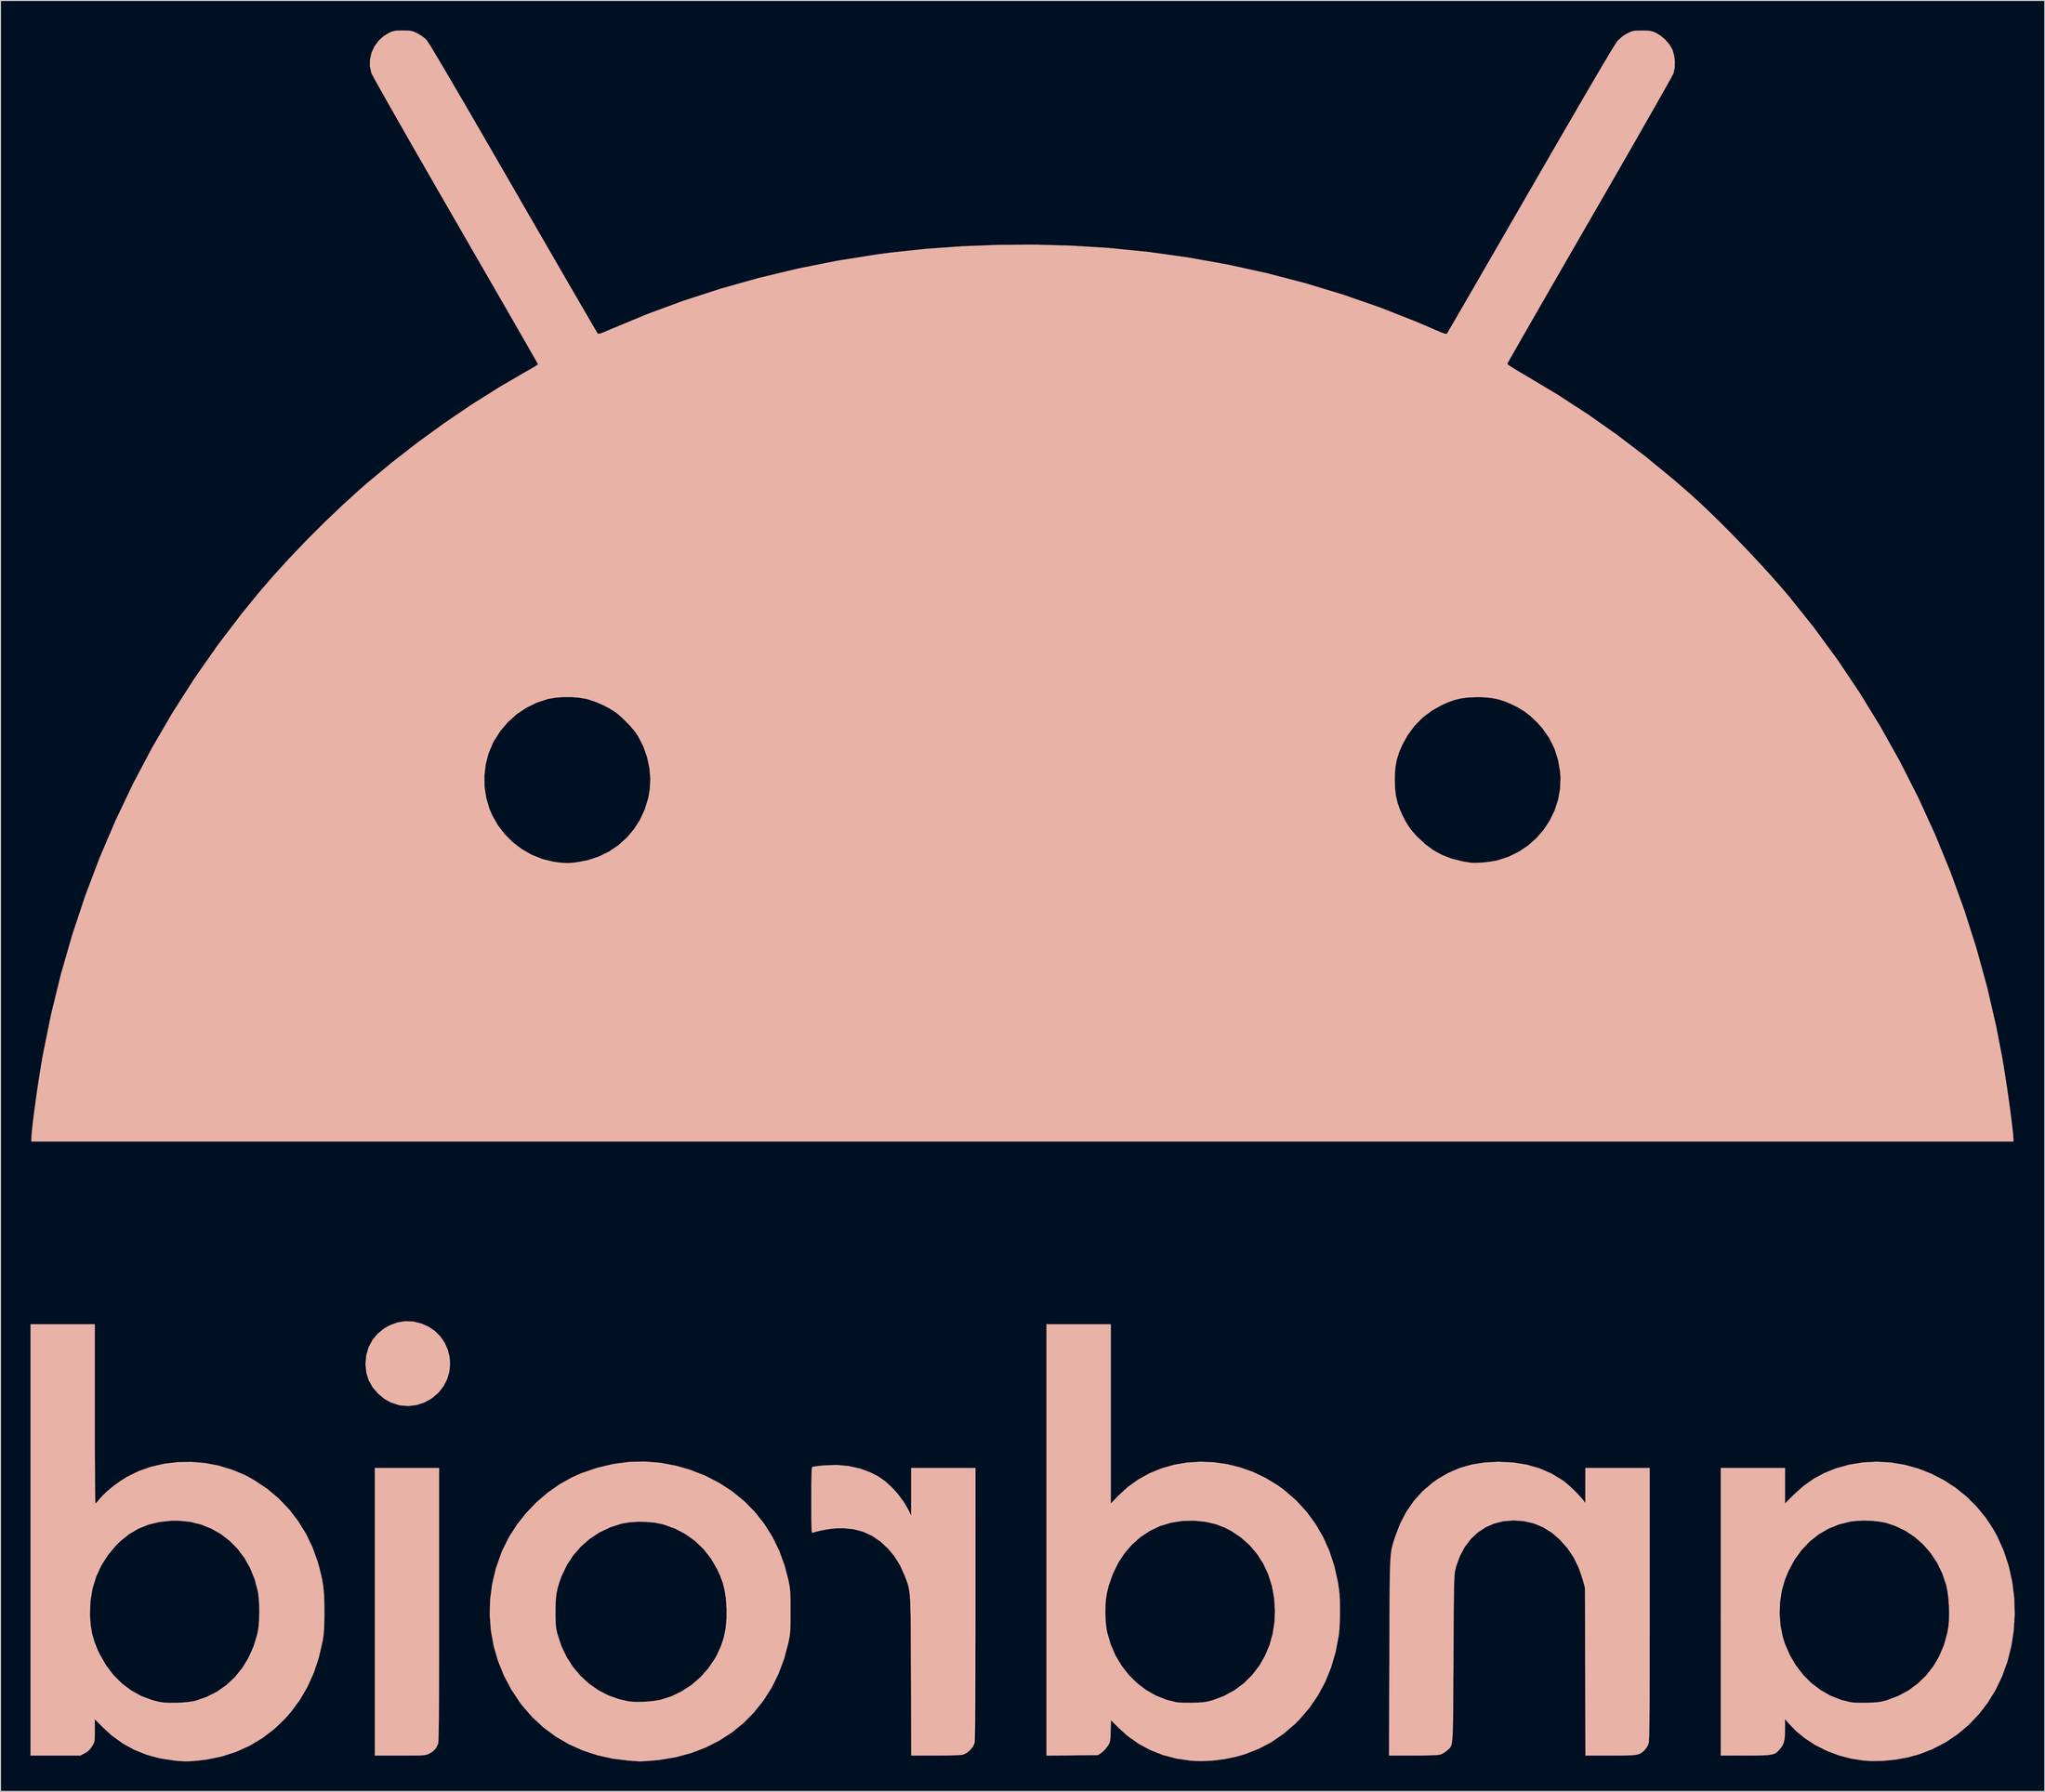
<source format=kicad_pcb>
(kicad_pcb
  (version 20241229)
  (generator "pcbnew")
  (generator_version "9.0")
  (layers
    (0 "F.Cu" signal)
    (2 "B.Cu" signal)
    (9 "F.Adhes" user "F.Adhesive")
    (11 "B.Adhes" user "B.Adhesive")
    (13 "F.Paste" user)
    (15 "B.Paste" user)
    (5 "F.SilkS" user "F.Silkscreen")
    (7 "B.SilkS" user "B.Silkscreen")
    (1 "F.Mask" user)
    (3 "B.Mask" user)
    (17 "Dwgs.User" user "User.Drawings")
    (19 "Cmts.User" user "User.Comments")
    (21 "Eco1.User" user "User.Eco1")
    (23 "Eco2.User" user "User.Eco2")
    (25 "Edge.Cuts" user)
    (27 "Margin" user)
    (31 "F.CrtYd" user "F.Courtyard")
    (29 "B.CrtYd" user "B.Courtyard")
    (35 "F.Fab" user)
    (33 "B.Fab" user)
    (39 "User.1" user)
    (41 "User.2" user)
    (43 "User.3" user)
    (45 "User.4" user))
  (footprint "android_17x20_B"
    (layer "F.Cu")
    (at 99.319 86.746)
    (property "Reference" "android_17x20_B" (at 0 0 0) (layer "B.SilkS") (effects (font (size 1.524 1.524) (thickness 0.3))))
    (attr through_hole)
    (fp_poly (pts (xy -58.42 70.811) (xy -58.42 72.716) (xy -58.421 74.456) (xy -58.423 76.039) (xy -58.425 77.469) (xy -58.429 78.752) (xy -58.433 79.894) (xy -58.438 80.9) (xy -58.444 81.776) (xy -58.45 82.528) (xy -58.458 83.16) (xy -58.467 83.679) (xy -58.477 84.091) (xy -58.488 84.4) (xy -58.5 84.613) (xy -58.513 84.734) (xy -58.519 84.76) (xy -58.736 85.198) (xy -59.06 85.529) (xy -59.384 85.726) (xy -59.508 85.786) (xy -59.625 85.833) (xy -59.755 85.869) (xy -59.919 85.896) (xy -60.14 85.915) (xy -60.436 85.926) (xy -60.83 85.933) (xy -61.342 85.936) (xy -61.993 85.937) (xy -62.331 85.937) (xy -64.855 85.937) (xy -64.855 57.15) (xy -58.42 57.15) (xy -58.42 70.811)) (stroke (width 0.01) (type solid)) (fill yes) (layer "B.SilkS"))
    (fp_poly (pts (xy -61.009 42.497) (xy -60.224 42.683) (xy -59.476 43.006) (xy -58.831 43.447) (xy -58.295 43.987) (xy -57.871 44.607) (xy -57.565 45.287) (xy -57.38 46.009) (xy -57.322 46.753) (xy -57.396 47.501) (xy -57.605 48.232) (xy -57.955 48.928) (xy -58.449 49.57) (xy -58.544 49.668) (xy -59.188 50.203) (xy -59.906 50.599) (xy -60.675 50.849) (xy -61.471 50.947) (xy -62.274 50.886) (xy -62.507 50.837) (xy -63.247 50.594) (xy -63.891 50.239) (xy -64.487 49.743) (xy -64.525 49.705) (xy -65.071 49.067) (xy -65.457 48.39) (xy -65.692 47.654) (xy -65.784 46.838) (xy -65.786 46.687) (xy -65.706 45.843) (xy -65.471 45.057) (xy -65.091 44.343) (xy -64.576 43.717) (xy -63.936 43.194) (xy -63.373 42.875) (xy -62.591 42.584) (xy -61.808 42.458) (xy -61.009 42.497)) (stroke (width 0.01) (type solid)) (fill yes) (layer "B.SilkS"))
    (fp_poly (pts (xy -17.432 56.954) (xy -16.277 57.213) (xy -15.19 57.62) (xy -14.448 58.008) (xy -13.785 58.474) (xy -13.126 59.069) (xy -12.503 59.756) (xy -11.95 60.496) (xy -11.499 61.254) (xy -11.394 61.47) (xy -11.178 61.934) (xy -11.177 59.542) (xy -11.176 57.15) (xy -4.741 57.15) (xy -4.742 70.76) (xy -4.742 72.724) (xy -4.744 74.522) (xy -4.746 76.16) (xy -4.749 77.64) (xy -4.753 78.967) (xy -4.757 80.145) (xy -4.763 81.178) (xy -4.77 82.07) (xy -4.778 82.826) (xy -4.787 83.449) (xy -4.797 83.943) (xy -4.808 84.313) (xy -4.82 84.562) (xy -4.833 84.695) (xy -4.836 84.709) (xy -5 85.05) (xy -5.275 85.386) (xy -5.609 85.666) (xy -5.952 85.837) (xy -5.969 85.842) (xy -6.169 85.872) (xy -6.525 85.897) (xy -7.024 85.916) (xy -7.653 85.929) (xy -8.399 85.936) (xy -8.739 85.936) (xy -11.17 85.937) (xy -11.199 77.957) (xy -11.203 76.579) (xy -11.208 75.359) (xy -11.212 74.286) (xy -11.218 73.347) (xy -11.225 72.533) (xy -11.235 71.831) (xy -11.248 71.23) (xy -11.264 70.718) (xy -11.285 70.285) (xy -11.311 69.918) (xy -11.343 69.607) (xy -11.381 69.339) (xy -11.427 69.104) (xy -11.48 68.891) (xy -11.542 68.687) (xy -11.613 68.482) (xy -11.694 68.263) (xy -11.786 68.02) (xy -11.802 67.977) (xy -12.277 66.915) (xy -12.865 65.971) (xy -13.462 65.25) (xy -14.246 64.519) (xy -15.081 63.949) (xy -15.973 63.536) (xy -16.93 63.28) (xy -17.957 63.176) (xy -18.653 63.189) (xy -19.152 63.236) (xy -19.696 63.315) (xy -20.229 63.416) (xy -20.698 63.528) (xy -21.018 63.63) (xy -21.056 63.636) (xy -21.087 63.614) (xy -21.111 63.546) (xy -21.13 63.419) (xy -21.144 63.216) (xy -21.154 62.923) (xy -21.16 62.525) (xy -21.164 62.005) (xy -21.166 61.35) (xy -21.167 60.543) (xy -21.167 60.385) (xy -21.166 59.532) (xy -21.163 58.833) (xy -21.158 58.274) (xy -21.149 57.841) (xy -21.137 57.518) (xy -21.121 57.29) (xy -21.1 57.144) (xy -21.074 57.064) (xy -21.048 57.038) (xy -20.92 57.012) (xy -20.662 56.976) (xy -20.311 56.935) (xy -19.907 56.894) (xy -18.646 56.847) (xy -17.432 56.954)) (stroke (width 0.01) (type solid)) (fill yes) (layer "B.SilkS"))
    (fp_poly (pts (xy 8.805 60.715) (xy 9.521 59.963) (xy 10.485 59.069) (xy 11.542 58.308) (xy 12.677 57.681) (xy 13.877 57.189) (xy 15.131 56.832) (xy 16.425 56.61) (xy 17.745 56.524) (xy 19.08 56.575) (xy 20.415 56.762) (xy 21.739 57.086) (xy 23.039 57.548) (xy 24.3 58.148) (xy 25.511 58.887) (xy 26.204 59.394) (xy 27.361 60.402) (xy 28.39 61.521) (xy 29.29 62.744) (xy 30.058 64.067) (xy 30.69 65.484) (xy 31.184 66.99) (xy 31.536 68.579) (xy 31.661 69.424) (xy 31.707 69.939) (xy 31.735 70.573) (xy 31.745 71.28) (xy 31.74 72.011) (xy 31.717 72.719) (xy 31.679 73.356) (xy 31.626 73.875) (xy 31.623 73.897) (xy 31.312 75.545) (xy 30.861 77.097) (xy 30.27 78.555) (xy 29.539 79.917) (xy 28.668 81.184) (xy 27.657 82.355) (xy 27.251 82.762) (xy 26.112 83.746) (xy 24.901 84.578) (xy 23.613 85.26) (xy 22.243 85.795) (xy 21.378 86.046) (xy 20.187 86.295) (xy 18.963 86.446) (xy 17.761 86.494) (xy 16.754 86.445) (xy 15.332 86.231) (xy 13.982 85.87) (xy 12.71 85.364) (xy 11.525 84.716) (xy 10.432 83.931) (xy 9.597 83.173) (xy 8.822 82.393) (xy 8.793 83.473) (xy 8.778 83.925) (xy 8.759 84.246) (xy 8.727 84.475) (xy 8.676 84.652) (xy 8.598 84.814) (xy 8.507 84.967) (xy 8.287 85.259) (xy 8.018 85.532) (xy 7.886 85.638) (xy 7.521 85.894) (xy 4.946 85.919) (xy 2.371 85.944) (xy 2.371 71.816) (xy 8.26 71.816) (xy 8.299 72.585) (xy 8.382 73.286) (xy 8.449 73.634) (xy 8.797 74.816) (xy 9.279 75.922) (xy 9.884 76.941) (xy 10.601 77.863) (xy 11.42 78.676) (xy 12.329 79.37) (xy 13.317 79.932) (xy 14.374 80.354) (xy 15.381 80.604) (xy 15.616 80.629) (xy 15.977 80.646) (xy 16.418 80.655) (xy 16.894 80.653) (xy 17.018 80.651) (xy 17.556 80.634) (xy 17.973 80.607) (xy 18.317 80.564) (xy 18.637 80.498) (xy 18.979 80.404) (xy 18.99 80.401) (xy 20.124 79.976) (xy 21.168 79.409) (xy 22.114 78.708) (xy 22.953 77.88) (xy 23.677 76.932) (xy 24.253 75.924) (xy 24.702 74.847) (xy 25.011 73.733) (xy 25.185 72.554) (xy 25.23 71.474) (xy 25.155 70.191) (xy 24.933 68.968) (xy 24.571 67.816) (xy 24.076 66.744) (xy 23.452 65.763) (xy 22.705 64.882) (xy 21.843 64.111) (xy 20.87 63.46) (xy 20.204 63.116) (xy 19.303 62.774) (xy 18.324 62.548) (xy 17.239 62.432) (xy 17.145 62.427) (xy 15.954 62.451) (xy 14.816 62.631) (xy 13.74 62.96) (xy 12.734 63.433) (xy 11.804 64.042) (xy 10.961 64.78) (xy 10.212 65.641) (xy 9.564 66.618) (xy 9.027 67.705) (xy 8.608 68.894) (xy 8.41 69.681) (xy 8.315 70.306) (xy 8.265 71.038) (xy 8.26 71.816) (xy 2.371 71.816) (xy 2.371 42.757) (xy 8.805 42.757) (xy 8.805 60.715)) (stroke (width 0.01) (type solid)) (fill yes) (layer "B.SilkS"))
    (fp_poly (pts (xy 86.884 56.605) (xy 88.258 56.834) (xy 89.602 57.205) (xy 90.904 57.713) (xy 92.153 58.353) (xy 93.336 59.119) (xy 94.441 60.008) (xy 95.457 61.013) (xy 96.372 62.131) (xy 97.174 63.356) (xy 97.527 64.003) (xy 98.173 65.45) (xy 98.672 66.97) (xy 99.023 68.547) (xy 99.225 70.165) (xy 99.274 71.807) (xy 99.169 73.458) (xy 98.929 74.994) (xy 98.54 76.536) (xy 98.013 77.996) (xy 97.355 79.368) (xy 96.573 80.643) (xy 95.672 81.813) (xy 94.66 82.872) (xy 93.544 83.811) (xy 92.329 84.624) (xy 91.022 85.301) (xy 89.696 85.814) (xy 88.58 86.119) (xy 87.38 86.336) (xy 86.153 86.461) (xy 84.956 86.485) (xy 84.174 86.44) (xy 82.911 86.249) (xy 81.669 85.92) (xy 80.471 85.466) (xy 79.339 84.898) (xy 78.296 84.227) (xy 77.364 83.463) (xy 76.628 82.693) (xy 76.285 82.286) (xy 76.285 83.276) (xy 76.274 83.85) (xy 76.235 84.291) (xy 76.16 84.636) (xy 76.039 84.921) (xy 75.863 85.182) (xy 75.789 85.271) (xy 75.631 85.449) (xy 75.482 85.592) (xy 75.319 85.703) (xy 75.125 85.787) (xy 74.878 85.848) (xy 74.558 85.889) (xy 74.145 85.915) (xy 73.619 85.928) (xy 72.96 85.934) (xy 72.326 85.935) (xy 69.85 85.937) (xy 69.85 71.739) (xy 75.745 71.739) (xy 75.83 72.895) (xy 76.043 74.005) (xy 76.257 74.702) (xy 76.75 75.853) (xy 77.365 76.905) (xy 78.09 77.849) (xy 78.916 78.676) (xy 79.832 79.376) (xy 80.827 79.942) (xy 81.892 80.363) (xy 82.874 80.606) (xy 83.105 80.63) (xy 83.46 80.647) (xy 83.897 80.655) (xy 84.371 80.653) (xy 84.497 80.651) (xy 85.034 80.634) (xy 85.449 80.608) (xy 85.792 80.565) (xy 86.111 80.499) (xy 86.455 80.405) (xy 86.482 80.397) (xy 87.608 79.975) (xy 88.644 79.414) (xy 89.583 78.724) (xy 90.415 77.915) (xy 91.133 76.995) (xy 91.729 75.975) (xy 92.195 74.865) (xy 92.523 73.673) (xy 92.63 73.072) (xy 92.691 72.436) (xy 92.71 71.703) (xy 92.689 70.926) (xy 92.631 70.158) (xy 92.539 69.452) (xy 92.418 68.876) (xy 92.029 67.716) (xy 91.507 66.641) (xy 90.861 65.664) (xy 90.103 64.793) (xy 89.241 64.039) (xy 88.287 63.412) (xy 87.249 62.924) (xy 86.384 62.644) (xy 85.749 62.519) (xy 85.012 62.442) (xy 84.237 62.414) (xy 83.485 62.439) (xy 82.83 62.516) (xy 81.689 62.798) (xy 80.624 63.228) (xy 79.641 63.802) (xy 78.745 64.514) (xy 77.945 65.357) (xy 77.245 66.327) (xy 76.652 67.417) (xy 76.256 68.384) (xy 75.958 69.445) (xy 75.788 70.576) (xy 75.745 71.739) (xy 69.85 71.739) (xy 69.85 57.15) (xy 76.285 57.15) (xy 76.285 60.696) (xy 77.153 59.833) (xy 78.122 58.962) (xy 79.134 58.242) (xy 80.217 57.655) (xy 81.325 57.208) (xy 82.7 56.82) (xy 84.093 56.593) (xy 85.491 56.523) (xy 86.884 56.605)) (stroke (width 0.01) (type solid)) (fill yes) (layer "B.SilkS"))
    (fp_poly (pts (xy -36.224 56.639) (xy -34.648 56.941) (xy -33.325 57.324) (xy -31.807 57.915) (xy -30.394 58.638) (xy -29.091 59.486) (xy -27.902 60.454) (xy -26.832 61.537) (xy -25.886 62.73) (xy -25.069 64.027) (xy -24.386 65.422) (xy -23.841 66.911) (xy -23.474 68.321) (xy -23.402 68.665) (xy -23.348 68.966) (xy -23.308 69.253) (xy -23.28 69.557) (xy -23.262 69.911) (xy -23.252 70.344) (xy -23.248 70.887) (xy -23.247 71.501) (xy -23.248 72.171) (xy -23.253 72.703) (xy -23.263 73.127) (xy -23.282 73.475) (xy -23.311 73.777) (xy -23.352 74.063) (xy -23.408 74.367) (xy -23.474 74.681) (xy -23.893 76.263) (xy -24.45 77.751) (xy -25.141 79.142) (xy -25.958 80.428) (xy -26.895 81.606) (xy -27.947 82.67) (xy -29.108 83.615) (xy -30.371 84.435) (xy -31.731 85.126) (xy -33.181 85.682) (xy -34.716 86.098) (xy -36.33 86.369) (xy -37.084 86.442) (xy -37.52 86.473) (xy -37.906 86.498) (xy -38.205 86.513) (xy -38.379 86.517) (xy -38.396 86.517) (xy -38.551 86.505) (xy -38.828 86.486) (xy -39.183 86.46) (xy -39.412 86.444) (xy -41.032 86.25) (xy -42.585 85.907) (xy -44.064 85.418) (xy -45.462 84.787) (xy -46.773 84.018) (xy -47.99 83.114) (xy -49.105 82.079) (xy -50.113 80.917) (xy -50.307 80.661) (xy -51.203 79.314) (xy -51.946 77.904) (xy -52.534 76.442) (xy -52.966 74.94) (xy -53.24 73.408) (xy -53.355 71.856) (xy -53.348 71.586) (xy -46.775 71.586) (xy -46.771 72.159) (xy -46.757 72.603) (xy -46.731 72.96) (xy -46.689 73.269) (xy -46.627 73.573) (xy -46.574 73.787) (xy -46.189 74.965) (xy -45.669 76.059) (xy -45.027 77.061) (xy -44.272 77.959) (xy -43.416 78.743) (xy -42.47 79.404) (xy -41.443 79.932) (xy -40.346 80.316) (xy -39.412 80.515) (xy -38.925 80.56) (xy -38.331 80.568) (xy -37.687 80.541) (xy -37.051 80.484) (xy -36.481 80.399) (xy -36.241 80.348) (xy -35.155 79.998) (xy -34.119 79.496) (xy -33.15 78.856) (xy -32.267 78.092) (xy -31.488 77.219) (xy -30.829 76.25) (xy -30.615 75.861) (xy -30.219 74.998) (xy -29.933 74.139) (xy -29.748 73.246) (xy -29.657 72.281) (xy -29.654 71.206) (xy -29.656 71.131) (xy -29.72 70.195) (xy -29.846 69.367) (xy -30.048 68.596) (xy -30.338 67.828) (xy -30.6 67.268) (xy -31.211 66.219) (xy -31.945 65.283) (xy -32.792 64.467) (xy -33.741 63.78) (xy -34.785 63.229) (xy -35.913 62.821) (xy -36.11 62.767) (xy -36.867 62.62) (xy -37.712 62.542) (xy -38.583 62.533) (xy -39.42 62.594) (xy -40.158 62.724) (xy -41.3 63.088) (xy -42.368 63.599) (xy -43.349 64.245) (xy -44.23 65.015) (xy -45 65.898) (xy -45.646 66.884) (xy -46.157 67.962) (xy -46.2 68.074) (xy -46.41 68.666) (xy -46.564 69.196) (xy -46.669 69.71) (xy -46.735 70.254) (xy -46.768 70.875) (xy -46.775 71.586) (xy -53.348 71.586) (xy -53.311 70.296) (xy -53.105 68.738) (xy -52.737 67.194) (xy -52.205 65.673) (xy -52.07 65.353) (xy -51.422 64.06) (xy -50.63 62.824) (xy -49.712 61.663) (xy -48.683 60.592) (xy -47.56 59.626) (xy -46.361 58.784) (xy -45.101 58.079) (xy -44.154 57.662) (xy -42.556 57.12) (xy -40.965 56.746) (xy -39.381 56.542) (xy -37.801 56.506) (xy -36.224 56.639)) (stroke (width 0.01) (type solid)) (fill yes) (layer "B.SilkS"))
    (fp_poly (pts (xy 49.103 56.605) (xy 50.45 56.823) (xy 51.708 57.185) (xy 52.877 57.69) (xy 53.957 58.34) (xy 54.187 58.505) (xy 54.524 58.779) (xy 54.915 59.131) (xy 55.317 59.521) (xy 55.69 59.91) (xy 55.993 60.255) (xy 56.114 60.41) (xy 56.298 60.664) (xy 56.301 58.907) (xy 56.303 57.15) (xy 62.738 57.15) (xy 62.736 70.845) (xy 62.736 72.629) (xy 62.735 74.252) (xy 62.735 75.721) (xy 62.734 77.045) (xy 62.732 78.23) (xy 62.73 79.286) (xy 62.728 80.22) (xy 62.725 81.039) (xy 62.721 81.752) (xy 62.716 82.366) (xy 62.71 82.89) (xy 62.703 83.331) (xy 62.695 83.697) (xy 62.686 83.996) (xy 62.675 84.236) (xy 62.664 84.424) (xy 62.65 84.569) (xy 62.635 84.679) (xy 62.619 84.761) (xy 62.6 84.823) (xy 62.58 84.873) (xy 62.577 84.878) (xy 62.416 85.155) (xy 62.216 85.407) (xy 62.177 85.445) (xy 62.028 85.579) (xy 61.881 85.685) (xy 61.717 85.769) (xy 61.516 85.831) (xy 61.257 85.876) (xy 60.92 85.906) (xy 60.485 85.924) (xy 59.931 85.933) (xy 59.239 85.936) (xy 58.806 85.937) (xy 56.308 85.937) (xy 56.284 77.534) (xy 56.26 69.13) (xy 56.033 68.309) (xy 55.644 67.157) (xy 55.138 66.119) (xy 54.504 65.177) (xy 53.734 64.312) (xy 53.726 64.304) (xy 52.914 63.609) (xy 52.051 63.074) (xy 51.129 62.696) (xy 50.141 62.473) (xy 49.079 62.401) (xy 49.078 62.401) (xy 48.087 62.482) (xy 47.158 62.717) (xy 46.3 63.097) (xy 45.522 63.616) (xy 44.833 64.266) (xy 44.243 65.039) (xy 43.761 65.927) (xy 43.395 66.924) (xy 43.335 67.141) (xy 43.305 67.261) (xy 43.277 67.38) (xy 43.253 67.506) (xy 43.232 67.652) (xy 43.214 67.828) (xy 43.198 68.044) (xy 43.184 68.311) (xy 43.172 68.64) (xy 43.161 69.041) (xy 43.152 69.526) (xy 43.144 70.105) (xy 43.136 70.788) (xy 43.129 71.586) (xy 43.123 72.51) (xy 43.116 73.571) (xy 43.109 74.778) (xy 43.101 76.144) (xy 43.1 76.242) (xy 43.093 77.642) (xy 43.086 78.883) (xy 43.08 79.975) (xy 43.074 80.928) (xy 43.066 81.752) (xy 43.056 82.457) (xy 43.044 83.054) (xy 43.029 83.553) (xy 43.009 83.964) (xy 42.984 84.296) (xy 42.954 84.561) (xy 42.918 84.768) (xy 42.875 84.928) (xy 42.824 85.05) (xy 42.764 85.145) (xy 42.695 85.223) (xy 42.616 85.293) (xy 42.526 85.367) (xy 42.429 85.451) (xy 42.167 85.648) (xy 41.886 85.802) (xy 41.768 85.846) (xy 41.584 85.873) (xy 41.25 85.895) (xy 40.785 85.914) (xy 40.208 85.927) (xy 39.538 85.935) (xy 39.048 85.936) (xy 36.652 85.937) (xy 36.685 76.094) (xy 36.69 74.559) (xy 36.694 73.183) (xy 36.699 71.956) (xy 36.704 70.867) (xy 36.71 69.908) (xy 36.718 69.067) (xy 36.727 68.335) (xy 36.739 67.7) (xy 36.754 67.154) (xy 36.773 66.686) (xy 36.795 66.286) (xy 36.822 65.944) (xy 36.853 65.649) (xy 36.89 65.392) (xy 36.933 65.162) (xy 36.983 64.949) (xy 37.039 64.743) (xy 37.102 64.534) (xy 37.173 64.311) (xy 37.253 64.065) (xy 37.262 64.037) (xy 37.762 62.728) (xy 38.388 61.531) (xy 39.138 60.446) (xy 40.01 59.478) (xy 41.004 58.627) (xy 41.566 58.233) (xy 42.642 57.614) (xy 43.762 57.139) (xy 44.943 56.804) (xy 46.203 56.603) (xy 47.559 56.532) (xy 47.667 56.532) (xy 49.103 56.605)) (stroke (width 0.01) (type solid)) (fill yes) (layer "B.SilkS"))
    (fp_poly (pts (xy -92.879 51.731) (xy -92.879 52.948) (xy -92.877 54.117) (xy -92.874 55.226) (xy -92.871 56.264) (xy -92.866 57.22) (xy -92.861 58.084) (xy -92.854 58.844) (xy -92.848 59.489) (xy -92.84 60.009) (xy -92.832 60.391) (xy -92.824 60.626) (xy -92.816 60.703) (xy -92.734 60.639) (xy -92.587 60.478) (xy -92.456 60.317) (xy -92.073 59.886) (xy -91.572 59.417) (xy -90.988 58.939) (xy -90.357 58.482) (xy -89.716 58.075) (xy -89.62 58.019) (xy -88.47 57.455) (xy -87.235 57.024) (xy -85.936 56.727) (xy -84.595 56.565) (xy -83.234 56.54) (xy -81.873 56.652) (xy -80.534 56.902) (xy -79.239 57.292) (xy -78.867 57.434) (xy -78.391 57.629) (xy -78.022 57.788) (xy -77.707 57.938) (xy -77.395 58.104) (xy -77.034 58.31) (xy -76.918 58.378) (xy -75.655 59.216) (xy -74.498 60.181) (xy -73.455 61.266) (xy -72.532 62.459) (xy -71.736 63.752) (xy -71.075 65.136) (xy -70.554 66.601) (xy -70.415 67.098) (xy -70.25 67.762) (xy -70.122 68.352) (xy -70.029 68.91) (xy -69.965 69.475) (xy -69.926 70.09) (xy -69.907 70.793) (xy -69.902 71.586) (xy -69.906 72.278) (xy -69.917 72.836) (xy -69.936 73.293) (xy -69.966 73.684) (xy -70.009 74.044) (xy -70.067 74.406) (xy -70.085 74.507) (xy -70.458 76.128) (xy -70.96 77.642) (xy -71.594 79.054) (xy -72.361 80.368) (xy -73.265 81.59) (xy -73.858 82.263) (xy -74.94 83.299) (xy -76.118 84.196) (xy -77.383 84.952) (xy -78.73 85.561) (xy -80.15 86.022) (xy -81.637 86.331) (xy -82.566 86.443) (xy -83.086 86.486) (xy -83.5 86.509) (xy -83.866 86.512) (xy -84.247 86.495) (xy -84.703 86.457) (xy -84.899 86.439) (xy -86.334 86.223) (xy -87.682 85.862) (xy -88.945 85.354) (xy -90.122 84.7) (xy -91.216 83.9) (xy -92.011 83.172) (xy -92.879 82.302) (xy -92.879 83.425) (xy -92.881 83.881) (xy -92.889 84.206) (xy -92.91 84.437) (xy -92.952 84.613) (xy -93.02 84.772) (xy -93.122 84.95) (xy -93.154 85.005) (xy -93.387 85.333) (xy -93.653 85.565) (xy -93.884 85.7) (xy -94.338 85.937) (xy -99.314 85.937) (xy -99.314 71.774) (xy -93.367 71.774) (xy -93.361 71.967) (xy -93.291 72.906) (xy -93.148 73.75) (xy -92.917 74.558) (xy -92.581 75.388) (xy -92.376 75.819) (xy -91.747 76.911) (xy -91.012 77.878) (xy -90.177 78.714) (xy -89.248 79.415) (xy -88.232 79.975) (xy -87.135 80.389) (xy -86.445 80.565) (xy -85.996 80.628) (xy -85.432 80.659) (xy -84.801 80.66) (xy -84.156 80.633) (xy -83.545 80.579) (xy -83.019 80.501) (xy -82.787 80.448) (xy -81.677 80.065) (xy -80.649 79.539) (xy -79.71 78.879) (xy -78.869 78.092) (xy -78.134 77.189) (xy -77.512 76.177) (xy -77.012 75.066) (xy -76.641 73.865) (xy -76.571 73.558) (xy -76.489 73.026) (xy -76.437 72.378) (xy -76.416 71.666) (xy -76.425 70.941) (xy -76.465 70.255) (xy -76.536 69.658) (xy -76.567 69.485) (xy -76.884 68.283) (xy -77.333 67.171) (xy -77.904 66.155) (xy -78.589 65.244) (xy -79.377 64.446) (xy -80.258 63.769) (xy -81.223 63.22) (xy -82.262 62.807) (xy -83.365 62.538) (xy -84.524 62.422) (xy -85.217 62.427) (xy -86.41 62.554) (xy -87.51 62.82) (xy -88.526 63.229) (xy -89.467 63.786) (xy -90.343 64.493) (xy -90.727 64.872) (xy -91.552 65.852) (xy -92.225 66.903) (xy -92.744 68.025) (xy -93.108 69.212) (xy -93.316 70.463) (xy -93.367 71.774) (xy -99.314 71.774) (xy -99.314 42.757) (xy -92.879 42.757) (xy -92.879 51.731)) (stroke (width 0.01) (type solid)) (fill yes) (layer "B.SilkS"))
    (fp_poly (pts (xy -61.647 -86.737) (xy -61.352 -86.72) (xy -61.121 -86.678) (xy -60.904 -86.603) (xy -60.647 -86.484) (xy -60.611 -86.467) (xy -60.194 -86.219) (xy -59.812 -85.919) (xy -59.679 -85.789) (xy -59.59 -85.668) (xy -59.428 -85.418) (xy -59.192 -85.038) (xy -58.882 -84.525) (xy -58.496 -83.88) (xy -58.034 -83.1) (xy -57.495 -82.185) (xy -56.879 -81.132) (xy -56.184 -79.941) (xy -55.409 -78.61) (xy -54.554 -77.138) (xy -53.619 -75.523) (xy -52.602 -73.764) (xy -51.502 -71.86) (xy -50.977 -70.951) (xy -50.143 -69.505) (xy -49.331 -68.098) (xy -48.544 -66.737) (xy -47.788 -65.428) (xy -47.066 -64.18) (xy -46.383 -62.998) (xy -45.742 -61.89) (xy -45.147 -60.864) (xy -44.603 -59.925) (xy -44.114 -59.082) (xy -43.683 -58.341) (xy -43.316 -57.709) (xy -43.015 -57.194) (xy -42.786 -56.802) (xy -42.631 -56.541) (xy -42.556 -56.417) (xy -42.55 -56.408) (xy -42.482 -56.38) (xy -42.351 -56.395) (xy -42.138 -56.462) (xy -41.82 -56.586) (xy -41.379 -56.774) (xy -41.186 -56.858) (xy -37.617 -58.343) (xy -33.953 -59.694) (xy -30.206 -60.908) (xy -26.389 -61.981) (xy -22.514 -62.91) (xy -18.595 -63.691) (xy -14.644 -64.321) (xy -13.25 -64.506) (xy -9.719 -64.884) (xy -6.103 -65.143) (xy -2.437 -65.284) (xy 1.242 -65.305) (xy 4.898 -65.204) (xy 8.494 -64.983) (xy 8.551 -64.978) (xy 12.562 -64.578) (xy 16.553 -64.021) (xy 20.512 -63.311) (xy 24.429 -62.45) (xy 28.293 -61.442) (xy 32.094 -60.288) (xy 35.82 -58.992) (xy 39.46 -57.556) (xy 40.933 -56.923) (xy 41.444 -56.701) (xy 41.822 -56.542) (xy 42.09 -56.439) (xy 42.268 -56.387) (xy 42.38 -56.376) (xy 42.445 -56.402) (xy 42.468 -56.427) (xy 42.52 -56.512) (xy 42.652 -56.738) (xy 42.86 -57.096) (xy 43.141 -57.579) (xy 43.49 -58.18) (xy 43.903 -58.893) (xy 44.376 -59.71) (xy 44.904 -60.623) (xy 45.485 -61.627) (xy 46.113 -62.713) (xy 46.784 -63.875) (xy 47.495 -65.105) (xy 48.242 -66.397) (xy 49.019 -67.743) (xy 49.823 -69.137) (xy 50.651 -70.57) (xy 50.853 -70.921) (xy 51.954 -72.828) (xy 52.973 -74.591) (xy 53.912 -76.212) (xy 54.772 -77.695) (xy 55.555 -79.043) (xy 56.262 -80.258) (xy 56.896 -81.343) (xy 57.458 -82.302) (xy 57.95 -83.136) (xy 58.374 -83.85) (xy 58.731 -84.445) (xy 59.022 -84.926) (xy 59.251 -85.294) (xy 59.418 -85.552) (xy 59.524 -85.704) (xy 59.548 -85.734) (xy 60.087 -86.208) (xy 60.52 -86.464) (xy 60.787 -86.59) (xy 61.007 -86.67) (xy 61.231 -86.715) (xy 61.512 -86.735) (xy 61.902 -86.739) (xy 61.974 -86.739) (xy 62.399 -86.734) (xy 62.706 -86.712) (xy 62.947 -86.667) (xy 63.173 -86.59) (xy 63.359 -86.508) (xy 63.842 -86.217) (xy 64.304 -85.819) (xy 64.699 -85.36) (xy 64.985 -84.886) (xy 65.03 -84.779) (xy 65.189 -84.218) (xy 65.261 -83.606) (xy 65.242 -83.007) (xy 65.132 -82.483) (xy 65.125 -82.465) (xy 65.067 -82.346) (xy 64.928 -82.087) (xy 64.712 -81.696) (xy 64.425 -81.181) (xy 64.069 -80.549) (xy 63.649 -79.806) (xy 63.169 -78.962) (xy 62.634 -78.022) (xy 62.047 -76.994) (xy 61.414 -75.886) (xy 60.737 -74.704) (xy 60.021 -73.457) (xy 59.271 -72.152) (xy 58.49 -70.795) (xy 57.683 -69.394) (xy 56.854 -67.957) (xy 56.725 -67.733) (xy 55.896 -66.297) (xy 55.09 -64.899) (xy 54.311 -63.548) (xy 53.562 -62.249) (xy 52.849 -61.01) (xy 52.175 -59.838) (xy 51.544 -58.741) (xy 50.96 -57.724) (xy 50.428 -56.796) (xy 49.951 -55.964) (xy 49.534 -55.234) (xy 49.18 -54.614) (xy 48.894 -54.111) (xy 48.679 -53.732) (xy 48.541 -53.483) (xy 48.482 -53.373) (xy 48.48 -53.368) (xy 48.548 -53.301) (xy 48.745 -53.163) (xy 49.05 -52.967) (xy 49.445 -52.723) (xy 49.91 -52.446) (xy 50.377 -52.174) (xy 53.524 -50.29) (xy 56.555 -48.322) (xy 59.493 -46.253) (xy 62.367 -44.062) (xy 65.201 -41.732) (xy 66.802 -40.34) (xy 67.703 -39.521) (xy 68.686 -38.591) (xy 69.728 -37.573) (xy 70.808 -36.49) (xy 71.903 -35.366) (xy 72.99 -34.222) (xy 74.049 -33.082) (xy 75.056 -31.97) (xy 75.99 -30.907) (xy 76.712 -30.057) (xy 79.194 -26.95) (xy 81.548 -23.734) (xy 83.772 -20.417) (xy 85.863 -17.004) (xy 87.817 -13.504) (xy 89.631 -9.922) (xy 91.303 -6.266) (xy 92.828 -2.542) (xy 94.204 1.243) (xy 95.428 5.082) (xy 96.497 8.968) (xy 97.407 12.895) (xy 97.995 15.927) (xy 98.118 16.646) (xy 98.247 17.431) (xy 98.377 18.261) (xy 98.506 19.116) (xy 98.631 19.974) (xy 98.748 20.813) (xy 98.856 21.613) (xy 98.951 22.352) (xy 99.03 23.009) (xy 99.091 23.563) (xy 99.13 23.993) (xy 99.144 24.276) (xy 99.144 24.278) (xy 99.145 24.469) (xy -99.229 24.469) (xy -99.229 24.194) (xy -99.216 23.898) (xy -99.177 23.456) (xy -99.117 22.892) (xy -99.038 22.225) (xy -98.943 21.478) (xy -98.835 20.672) (xy -98.717 19.83) (xy -98.593 18.973) (xy -98.464 18.122) (xy -98.334 17.3) (xy -98.206 16.528) (xy -98.083 15.828) (xy -98.08 15.811) (xy -97.254 11.735) (xy -96.272 7.721) (xy -95.134 3.772) (xy -93.843 -0.11) (xy -92.399 -3.922) (xy -90.804 -7.661) (xy -89.058 -11.326) (xy -88.628 -12.141) (xy -53.89 -12.141) (xy -53.869 -11.013) (xy -53.7 -9.9) (xy -53.382 -8.826) (xy -53.132 -8.235) (xy -52.56 -7.219) (xy -51.861 -6.3) (xy -51.05 -5.488) (xy -50.141 -4.794) (xy -49.152 -4.23) (xy -48.096 -3.806) (xy -46.989 -3.534) (xy -46.577 -3.474) (xy -46.103 -3.425) (xy -45.721 -3.403) (xy -45.36 -3.41) (xy -44.944 -3.444) (xy -44.704 -3.471) (xy -43.538 -3.687) (xy -42.438 -4.052) (xy -41.415 -4.556) (xy -40.479 -5.188) (xy -39.642 -5.939) (xy -38.914 -6.797) (xy -38.305 -7.753) (xy -37.826 -8.795) (xy -37.487 -9.913) (xy -37.337 -10.753) (xy -37.285 -11.726) (xy 37.224 -11.726) (xy 37.252 -10.86) (xy 37.345 -10.1) (xy 37.514 -9.393) (xy 37.771 -8.684) (xy 37.967 -8.245) (xy 38.269 -7.643) (xy 38.564 -7.146) (xy 38.888 -6.699) (xy 39.281 -6.244) (xy 39.449 -6.065) (xy 40.244 -5.314) (xy 41.069 -4.702) (xy 41.95 -4.216) (xy 42.912 -3.845) (xy 43.98 -3.575) (xy 44.831 -3.436) (xy 45.187 -3.417) (xy 45.658 -3.43) (xy 46.191 -3.47) (xy 46.735 -3.534) (xy 47.239 -3.615) (xy 47.55 -3.684) (xy 48.644 -4.044) (xy 49.659 -4.545) (xy 50.586 -5.171) (xy 51.416 -5.909) (xy 52.138 -6.747) (xy 52.744 -7.669) (xy 53.225 -8.664) (xy 53.569 -9.717) (xy 53.769 -10.814) (xy 53.815 -11.943) (xy 53.769 -12.594) (xy 53.558 -13.777) (xy 53.201 -14.877) (xy 52.695 -15.899) (xy 52.037 -16.849) (xy 51.487 -17.472) (xy 50.856 -18.074) (xy 50.231 -18.564) (xy 49.551 -18.983) (xy 49.004 -19.261) (xy 48.265 -19.577) (xy 47.565 -19.799) (xy 46.849 -19.937) (xy 46.061 -20.003) (xy 45.508 -20.014) (xy 44.648 -19.986) (xy 43.893 -19.894) (xy 43.19 -19.726) (xy 42.481 -19.47) (xy 42.012 -19.261) (xy 40.956 -18.674) (xy 40.022 -17.971) (xy 39.21 -17.15) (xy 38.516 -16.208) (xy 37.974 -15.222) (xy 37.659 -14.485) (xy 37.438 -13.785) (xy 37.3 -13.067) (xy 37.234 -12.277) (xy 37.224 -11.726) (xy -37.285 -11.726) (xy -37.28 -11.831) (xy -37.373 -12.933) (xy -37.611 -14.028) (xy -37.983 -15.081) (xy -38.484 -16.061) (xy -38.7 -16.398) (xy -38.979 -16.763) (xy -39.353 -17.187) (xy -39.777 -17.627) (xy -40.212 -18.041) (xy -40.615 -18.385) (xy -40.78 -18.51) (xy -41.359 -18.876) (xy -42.042 -19.229) (xy -42.762 -19.538) (xy -43.453 -19.773) (xy -43.651 -19.826) (xy -44.357 -19.953) (xy -45.158 -20.017) (xy -45.992 -20.018) (xy -46.796 -19.957) (xy -47.507 -19.833) (xy -47.535 -19.826) (xy -48.647 -19.465) (xy -49.691 -18.953) (xy -50.655 -18.304) (xy -51.524 -17.527) (xy -52.285 -16.633) (xy -52.924 -15.634) (xy -53.065 -15.367) (xy -53.487 -14.342) (xy -53.763 -13.259) (xy -53.89 -12.141) (xy -88.628 -12.141) (xy -87.164 -14.914) (xy -85.121 -18.421) (xy -82.932 -21.846) (xy -80.598 -25.186) (xy -78.119 -28.439) (xy -76.381 -30.565) (xy -74.902 -32.271) (xy -73.306 -34.02) (xy -71.624 -35.777) (xy -69.891 -37.508) (xy -68.139 -39.179) (xy -66.403 -40.758) (xy -65.556 -41.497) (xy -63.078 -43.555) (xy -60.487 -45.563) (xy -57.815 -47.498) (xy -55.095 -49.339) (xy -52.358 -51.063) (xy -49.635 -52.648) (xy -49.467 -52.742) (xy -49.11 -52.944) (xy -48.814 -53.119) (xy -48.606 -53.251) (xy -48.516 -53.322) (xy -48.514 -53.326) (xy -48.556 -53.404) (xy -48.678 -53.621) (xy -48.877 -53.971) (xy -49.149 -54.447) (xy -49.489 -55.04) (xy -49.893 -55.745) (xy -50.358 -56.555) (xy -50.879 -57.461) (xy -51.452 -58.458) (xy -52.073 -59.537) (xy -52.739 -60.693) (xy -53.444 -61.917) (xy -54.186 -63.204) (xy -54.959 -64.545) (xy -55.761 -65.934) (xy -56.586 -67.364) (xy -56.775 -67.691) (xy -57.668 -69.239) (xy -58.529 -70.734) (xy -59.355 -72.169) (xy -60.142 -73.539) (xy -60.885 -74.836) (xy -61.583 -76.054) (xy -62.23 -77.188) (xy -62.824 -78.23) (xy -63.36 -79.174) (xy -63.836 -80.015) (xy -64.247 -80.745) (xy -64.59 -81.358) (xy -64.862 -81.849) (xy -65.058 -82.21) (xy -65.175 -82.435) (xy -65.208 -82.508) (xy -65.349 -83.175) (xy -65.335 -83.854) (xy -65.179 -84.519) (xy -64.891 -85.146) (xy -64.482 -85.71) (xy -63.963 -86.184) (xy -63.456 -86.493) (xy -63.209 -86.607) (xy -62.995 -86.679) (xy -62.762 -86.72) (xy -62.459 -86.737) (xy -62.059 -86.741) (xy -61.647 -86.737)) (stroke (width 0.01) (type solid)) (fill yes) (layer "B.SilkS")))
  (gr_rect
    (start -3 -3)
    (end 201.598 176.268)
    (stroke (width 0.1) (type default))
    (fill no)
    (layer "Edge.Cuts")))
</source>
